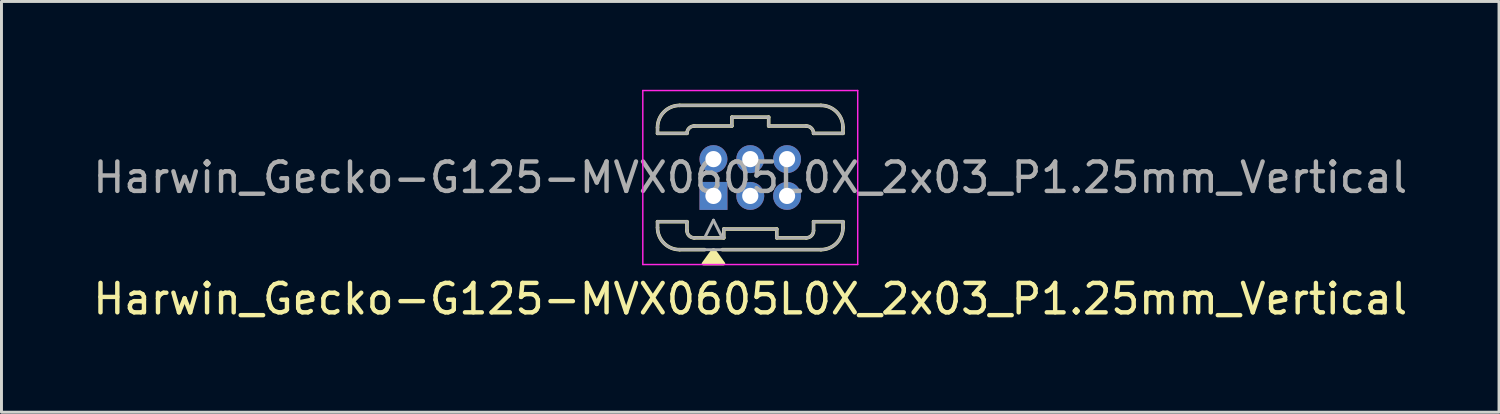
<source format=kicad_pcb>
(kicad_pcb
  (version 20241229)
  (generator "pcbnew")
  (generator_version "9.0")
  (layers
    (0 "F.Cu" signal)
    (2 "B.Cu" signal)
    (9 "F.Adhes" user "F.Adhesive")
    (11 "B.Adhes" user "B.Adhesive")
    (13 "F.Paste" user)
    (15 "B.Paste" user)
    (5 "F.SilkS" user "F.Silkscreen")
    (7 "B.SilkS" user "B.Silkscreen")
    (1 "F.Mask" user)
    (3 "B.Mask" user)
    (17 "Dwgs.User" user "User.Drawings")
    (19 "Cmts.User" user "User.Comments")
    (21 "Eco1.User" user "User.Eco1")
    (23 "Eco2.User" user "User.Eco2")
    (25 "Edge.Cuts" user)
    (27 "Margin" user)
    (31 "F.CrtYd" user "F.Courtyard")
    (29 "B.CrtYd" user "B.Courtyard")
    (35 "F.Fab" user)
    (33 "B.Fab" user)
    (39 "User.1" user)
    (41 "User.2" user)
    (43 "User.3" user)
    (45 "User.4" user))
  (footprint "Harwin_Gecko-G125-MVX0605L0X_2x03_P1.25mm_Vertical"
    (layer "F.Cu")
    (at 21.185 3.605)
    (property "Reference" "Harwin_Gecko-G125-MVX0605L0X_2x03_P1.25mm_Vertical" (at 1.25 3.5 0) (layer "F.SilkS") (effects (font (size 1 1) (thickness 0.15))))
    (attr through_hole)
    (fp_line (start -1.9 -2.325) (end -1.9 -2.125) (stroke (width 0.12) (type solid)) (layer "F.SilkS"))
    (fp_line (start -1.9 -2.125) (end -0.9 -2.125) (stroke (width 0.12) (type solid)) (layer "F.SilkS"))
    (fp_line (start -1.9 0.875) (end -0.9 0.875) (stroke (width 0.12) (type solid)) (layer "F.SilkS"))
    (fp_line (start -1.9 1.075) (end -1.9 0.875) (stroke (width 0.12) (type solid)) (layer "F.SilkS"))
    (fp_line (start -1.15 -3.075) (end 3.65 -3.075) (stroke (width 0.12) (type solid)) (layer "F.SilkS"))
    (fp_line (start -1.15 1.825) (end -0.3 1.825) (stroke (width 0.12) (type solid)) (layer "F.SilkS"))
    (fp_line (start -0.9 1.175) (end -0.9 0.875) (stroke (width 0.12) (type solid)) (layer "F.SilkS"))
    (fp_line (start -0.65 -2.375) (end 0.625 -2.375) (stroke (width 0.12) (type solid)) (layer "F.SilkS"))
    (fp_line (start -0.65 1.425) (end 0.35 1.425) (stroke (width 0.12) (type solid)) (layer "F.SilkS"))
    (fp_line (start 0.3 1.825) (end 3.65 1.825) (stroke (width 0.12) (type solid)) (layer "F.SilkS"))
    (fp_line (start 0.35 1.125) (end 2.15 1.125) (stroke (width 0.12) (type solid)) (layer "F.SilkS"))
    (fp_line (start 0.35 1.425) (end 0.35 1.125) (stroke (width 0.12) (type solid)) (layer "F.SilkS"))
    (fp_line (start 0.625 -2.675) (end 1.875 -2.675) (stroke (width 0.12) (type solid)) (layer "F.SilkS"))
    (fp_line (start 0.625 -2.375) (end 0.625 -2.675) (stroke (width 0.12) (type solid)) (layer "F.SilkS"))
    (fp_line (start 1.875 -2.675) (end 1.875 -2.375) (stroke (width 0.12) (type solid)) (layer "F.SilkS"))
    (fp_line (start 1.875 -2.375) (end 3.15 -2.375) (stroke (width 0.12) (type solid)) (layer "F.SilkS"))
    (fp_line (start 2.15 1.125) (end 2.15 1.425) (stroke (width 0.12) (type solid)) (layer "F.SilkS"))
    (fp_line (start 2.15 1.425) (end 3.15 1.425) (stroke (width 0.12) (type solid)) (layer "F.SilkS"))
    (fp_line (start 3.4 1.175) (end 3.4 0.875) (stroke (width 0.12) (type solid)) (layer "F.SilkS"))
    (fp_line (start 4.4 -2.325) (end 4.4 -2.125) (stroke (width 0.12) (type solid)) (layer "F.SilkS"))
    (fp_line (start 4.4 -2.125) (end 3.4 -2.125) (stroke (width 0.12) (type solid)) (layer "F.SilkS"))
    (fp_line (start 4.4 0.875) (end 3.4 0.875) (stroke (width 0.12) (type solid)) (layer "F.SilkS"))
    (fp_line (start 4.4 1.075) (end 4.4 0.875) (stroke (width 0.12) (type solid)) (layer "F.SilkS"))
    (fp_arc (start -1.9 -2.325) (mid -1.68033 -2.85533) (end -1.15 -3.075) (stroke (width 0.12) (type solid)) (layer "F.SilkS"))
    (fp_arc (start -1.15 1.825) (mid -1.68033 1.60533) (end -1.9 1.075) (stroke (width 0.12) (type solid)) (layer "F.SilkS"))
    (fp_arc (start -0.9 -2.125) (mid -0.826777 -2.301777) (end -0.65 -2.375) (stroke (width 0.12) (type solid)) (layer "F.SilkS"))
    (fp_arc (start -0.65 1.425) (mid -0.826777 1.351777) (end -0.9 1.175) (stroke (width 0.12) (type solid)) (layer "F.SilkS"))
    (fp_arc (start 3.15 -2.375) (mid 3.326777 -2.301777) (end 3.4 -2.125) (stroke (width 0.12) (type solid)) (layer "F.SilkS"))
    (fp_arc (start 3.4 1.175) (mid 3.326777 1.351777) (end 3.15 1.425) (stroke (width 0.12) (type solid)) (layer "F.SilkS"))
    (fp_arc (start 3.65 -3.075) (mid 4.18033 -2.85533) (end 4.4 -2.325) (stroke (width 0.12) (type solid)) (layer "F.SilkS"))
    (fp_arc (start 4.4 1.075) (mid 4.18033 1.60533) (end 3.65 1.825) (stroke (width 0.12) (type solid)) (layer "F.SilkS"))
    (fp_poly (pts (xy 0 1.83) (xy -0.34 2.3) (xy 0.34 2.3) (xy 0 1.83)) (stroke (width 0.12) (type solid)) (fill yes) (layer "F.SilkS"))
    (fp_line (start -2.4 -3.58) (end -2.4 2.33) (stroke (width 0.05) (type solid)) (layer "F.CrtYd"))
    (fp_line (start -2.4 2.33) (end 4.9 2.33) (stroke (width 0.05) (type solid)) (layer "F.CrtYd"))
    (fp_line (start 4.9 -3.58) (end -2.4 -3.58) (stroke (width 0.05) (type solid)) (layer "F.CrtYd"))
    (fp_line (start 4.9 2.33) (end 4.9 -3.58) (stroke (width 0.05) (type solid)) (layer "F.CrtYd"))
    (fp_line (start -1.9 -2.325) (end -1.9 -2.125) (stroke (width 0.1) (type solid)) (layer "F.Fab"))
    (fp_line (start -1.9 -2.125) (end -0.9 -2.125) (stroke (width 0.1) (type solid)) (layer "F.Fab"))
    (fp_line (start -1.9 0.875) (end -0.9 0.875) (stroke (width 0.1) (type solid)) (layer "F.Fab"))
    (fp_line (start -1.9 1.075) (end -1.9 0.875) (stroke (width 0.1) (type solid)) (layer "F.Fab"))
    (fp_line (start -1.15 -3.075) (end 3.65 -3.075) (stroke (width 0.1) (type solid)) (layer "F.Fab"))
    (fp_line (start -1.15 1.825) (end 3.65 1.825) (stroke (width 0.1) (type solid)) (layer "F.Fab"))
    (fp_line (start -0.9 1.175) (end -0.9 0.875) (stroke (width 0.1) (type solid)) (layer "F.Fab"))
    (fp_line (start -0.65 -2.375) (end 0.625 -2.375) (stroke (width 0.1) (type solid)) (layer "F.Fab"))
    (fp_line (start -0.65 1.425) (end 0.35 1.425) (stroke (width 0.1) (type solid)) (layer "F.Fab"))
    (fp_line (start 0 0.825) (end -0.3 1.425) (stroke (width 0.1) (type solid)) (layer "F.Fab"))
    (fp_line (start 0.3 1.425) (end 0 0.825) (stroke (width 0.1) (type solid)) (layer "F.Fab"))
    (fp_line (start 0.35 1.125) (end 2.15 1.125) (stroke (width 0.1) (type solid)) (layer "F.Fab"))
    (fp_line (start 0.35 1.425) (end 0.35 1.125) (stroke (width 0.1) (type solid)) (layer "F.Fab"))
    (fp_line (start 0.625 -2.675) (end 1.875 -2.675) (stroke (width 0.1) (type solid)) (layer "F.Fab"))
    (fp_line (start 0.625 -2.375) (end 0.625 -2.675) (stroke (width 0.1) (type solid)) (layer "F.Fab"))
    (fp_line (start 1.875 -2.675) (end 1.875 -2.375) (stroke (width 0.1) (type solid)) (layer "F.Fab"))
    (fp_line (start 1.875 -2.375) (end 3.15 -2.375) (stroke (width 0.1) (type solid)) (layer "F.Fab"))
    (fp_line (start 2.15 1.125) (end 2.15 1.425) (stroke (width 0.1) (type solid)) (layer "F.Fab"))
    (fp_line (start 2.15 1.425) (end 3.15 1.425) (stroke (width 0.1) (type solid)) (layer "F.Fab"))
    (fp_line (start 3.4 1.175) (end 3.4 0.875) (stroke (width 0.1) (type solid)) (layer "F.Fab"))
    (fp_line (start 4.4 -2.325) (end 4.4 -2.125) (stroke (width 0.1) (type solid)) (layer "F.Fab"))
    (fp_line (start 4.4 -2.125) (end 3.4 -2.125) (stroke (width 0.1) (type solid)) (layer "F.Fab"))
    (fp_line (start 4.4 0.875) (end 3.4 0.875) (stroke (width 0.1) (type solid)) (layer "F.Fab"))
    (fp_line (start 4.4 1.075) (end 4.4 0.875) (stroke (width 0.1) (type solid)) (layer "F.Fab"))
    (fp_arc (start -1.9 -2.325) (mid -1.68033 -2.85533) (end -1.15 -3.075) (stroke (width 0.1) (type solid)) (layer "F.Fab"))
    (fp_arc (start -1.15 1.825) (mid -1.68033 1.60533) (end -1.9 1.075) (stroke (width 0.1) (type solid)) (layer "F.Fab"))
    (fp_arc (start -0.9 -2.125) (mid -0.826777 -2.301777) (end -0.65 -2.375) (stroke (width 0.1) (type solid)) (layer "F.Fab"))
    (fp_arc (start -0.65 1.425) (mid -0.826777 1.351777) (end -0.9 1.175) (stroke (width 0.1) (type solid)) (layer "F.Fab"))
    (fp_arc (start 3.15 -2.375) (mid 3.326777 -2.301777) (end 3.4 -2.125) (stroke (width 0.1) (type solid)) (layer "F.Fab"))
    (fp_arc (start 3.4 1.175) (mid 3.326777 1.351777) (end 3.15 1.425) (stroke (width 0.1) (type solid)) (layer "F.Fab"))
    (fp_arc (start 3.65 -3.075) (mid 4.18033 -2.85533) (end 4.4 -2.325) (stroke (width 0.1) (type solid)) (layer "F.Fab"))
    (fp_arc (start 4.4 1.075) (mid 4.18033 1.60533) (end 3.65 1.825) (stroke (width 0.1) (type solid)) (layer "F.Fab"))
    (fp_text user "${REFERENCE}" (at 1.25 -0.625 0) (layer "F.Fab") (effects (font (size 1 1) (thickness 0.15))))
    (pad "1" thru_hole rect (at 0 0) (size 0.95 0.95) (drill 0.55) (layers "*.Cu" "*.Mask"))
    (pad "2" thru_hole circle (at 1.25 0) (size 0.95 0.95) (drill 0.55) (layers "*.Cu" "*.Mask"))
    (pad "3" thru_hole circle (at 2.5 0) (size 0.95 0.95) (drill 0.55) (layers "*.Cu" "*.Mask"))
    (pad "4" thru_hole circle (at 0 -1.25) (size 0.95 0.95) (drill 0.55) (layers "*.Cu" "*.Mask"))
    (pad "5" thru_hole circle (at 1.25 -1.25) (size 0.95 0.95) (drill 0.55) (layers "*.Cu" "*.Mask"))
    (pad "6" thru_hole circle (at 2.5 -1.25) (size 0.95 0.95) (drill 0.55) (layers "*.Cu" "*.Mask")))
  (gr_rect
    (start -3 -3)
    (end 47.869 10.953)
    (stroke (width 0.1) (type default))
    (fill no)
    (layer "Edge.Cuts")))
</source>
